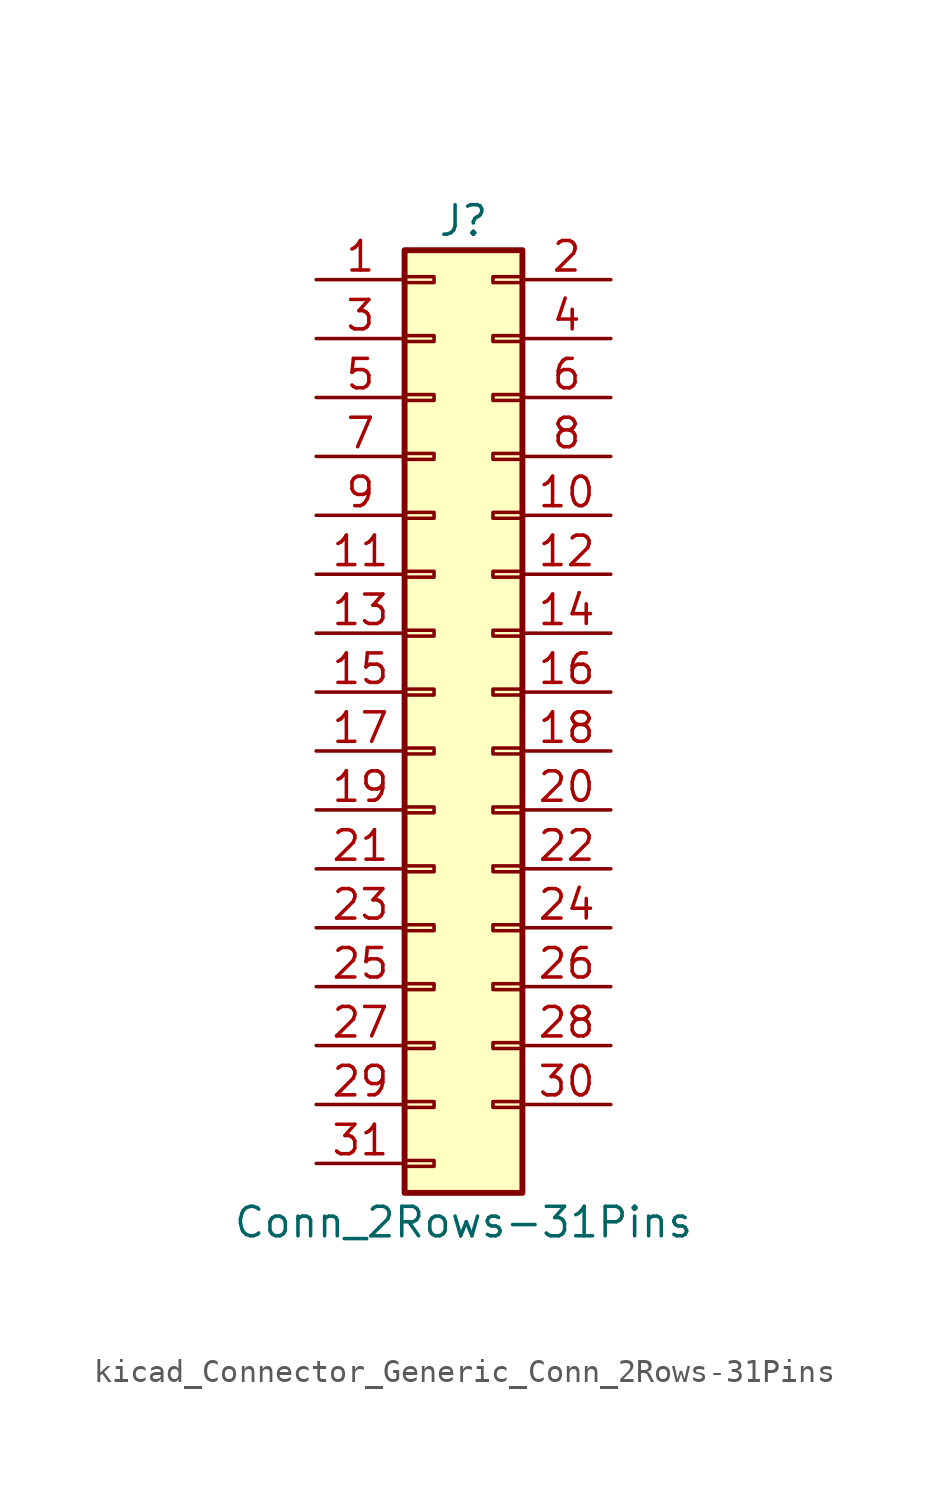
<source format=kicad_sym>
(kicad_symbol_lib
  (version 20220914)
  (generator kicad_symbol_editor)
  (symbol "kicad_Connector_Generic_Conn_2Rows-31Pins"
    (pin_names
      (offset 1.016) hide)
    (property "Reference" "J"
      (at 1.27 20.32 0)
      (effects (font (size 1.27 1.27))))
    (property "Value" "Conn_2Rows-31Pins"
      (at 1.27 -22.86 0)
      (effects (font (size 1.27 1.27))))
    (symbol "kicad_Connector_Generic_Conn_2Rows-31Pins_1_1"
      (rectangle (start -1.27 -20.193) (end 0 -20.447) (stroke (width 0.152) (type default)) (fill (type none)))
      (rectangle (start -1.27 -17.653) (end 0 -17.907) (stroke (width 0.152) (type default)) (fill (type none)))
      (rectangle (start -1.27 -15.113) (end 0 -15.367) (stroke (width 0.152) (type default)) (fill (type none)))
      (rectangle (start -1.27 -12.573) (end 0 -12.827) (stroke (width 0.152) (type default)) (fill (type none)))
      (rectangle (start -1.27 -10.033) (end 0 -10.287) (stroke (width 0.152) (type default)) (fill (type none)))
      (rectangle (start -1.27 -7.493) (end 0 -7.747) (stroke (width 0.152) (type default)) (fill (type none)))
      (rectangle (start -1.27 -4.953) (end 0 -5.207) (stroke (width 0.152) (type default)) (fill (type none)))
      (rectangle (start -1.27 -2.413) (end 0 -2.667) (stroke (width 0.152) (type default)) (fill (type none)))
      (rectangle (start -1.27 0.127) (end 0 -0.127) (stroke (width 0.152) (type default)) (fill (type none)))
      (rectangle (start -1.27 2.667) (end 0 2.413) (stroke (width 0.152) (type default)) (fill (type none)))
      (rectangle (start -1.27 5.207) (end 0 4.953) (stroke (width 0.152) (type default)) (fill (type none)))
      (rectangle (start -1.27 7.747) (end 0 7.493) (stroke (width 0.152) (type default)) (fill (type none)))
      (rectangle (start -1.27 10.287) (end 0 10.033) (stroke (width 0.152) (type default)) (fill (type none)))
      (rectangle (start -1.27 12.827) (end 0 12.573) (stroke (width 0.152) (type default)) (fill (type none)))
      (rectangle (start -1.27 15.367) (end 0 15.113) (stroke (width 0.152) (type default)) (fill (type none)))
      (rectangle (start -1.27 17.907) (end 0 17.653) (stroke (width 0.152) (type default)) (fill (type none)))
      (rectangle (start -1.27 19.05) (end 3.81 -21.59) (stroke (width 0.254) (type default)) (fill (type background)))
      (rectangle (start 3.81 -17.653) (end 2.54 -17.907) (stroke (width 0.152) (type default)) (fill (type none)))
      (rectangle (start 3.81 -15.113) (end 2.54 -15.367) (stroke (width 0.152) (type default)) (fill (type none)))
      (rectangle (start 3.81 -12.573) (end 2.54 -12.827) (stroke (width 0.152) (type default)) (fill (type none)))
      (rectangle (start 3.81 -10.033) (end 2.54 -10.287) (stroke (width 0.152) (type default)) (fill (type none)))
      (rectangle (start 3.81 -7.493) (end 2.54 -7.747) (stroke (width 0.152) (type default)) (fill (type none)))
      (rectangle (start 3.81 -4.953) (end 2.54 -5.207) (stroke (width 0.152) (type default)) (fill (type none)))
      (rectangle (start 3.81 -2.413) (end 2.54 -2.667) (stroke (width 0.152) (type default)) (fill (type none)))
      (rectangle (start 3.81 0.127) (end 2.54 -0.127) (stroke (width 0.152) (type default)) (fill (type none)))
      (rectangle (start 3.81 2.667) (end 2.54 2.413) (stroke (width 0.152) (type default)) (fill (type none)))
      (rectangle (start 3.81 5.207) (end 2.54 4.953) (stroke (width 0.152) (type default)) (fill (type none)))
      (rectangle (start 3.81 7.747) (end 2.54 7.493) (stroke (width 0.152) (type default)) (fill (type none)))
      (rectangle (start 3.81 10.287) (end 2.54 10.033) (stroke (width 0.152) (type default)) (fill (type none)))
      (rectangle (start 3.81 12.827) (end 2.54 12.573) (stroke (width 0.152) (type default)) (fill (type none)))
      (rectangle (start 3.81 15.367) (end 2.54 15.113) (stroke (width 0.152) (type default)) (fill (type none)))
      (rectangle (start 3.81 17.907) (end 2.54 17.653) (stroke (width 0.152) (type default)) (fill (type none)))
      (pin passive line (at -5.08 17.78 0) (length 3.81) (name "Pin_1" (effects (font (size 1.27 1.27)))) (number "1" (effects (font (size 1.27 1.27)))))
      (pin passive line (at 7.62 7.62 180) (length 3.81) (name "Pin_10" (effects (font (size 1.27 1.27)))) (number "10" (effects (font (size 1.27 1.27)))))
      (pin passive line (at -5.08 5.08 0) (length 3.81) (name "Pin_11" (effects (font (size 1.27 1.27)))) (number "11" (effects (font (size 1.27 1.27)))))
      (pin passive line (at 7.62 5.08 180) (length 3.81) (name "Pin_12" (effects (font (size 1.27 1.27)))) (number "12" (effects (font (size 1.27 1.27)))))
      (pin passive line (at -5.08 2.54 0) (length 3.81) (name "Pin_13" (effects (font (size 1.27 1.27)))) (number "13" (effects (font (size 1.27 1.27)))))
      (pin passive line (at 7.62 2.54 180) (length 3.81) (name "Pin_14" (effects (font (size 1.27 1.27)))) (number "14" (effects (font (size 1.27 1.27)))))
      (pin passive line (at -5.08 0 0) (length 3.81) (name "Pin_15" (effects (font (size 1.27 1.27)))) (number "15" (effects (font (size 1.27 1.27)))))
      (pin passive line (at 7.62 0 180) (length 3.81) (name "Pin_16" (effects (font (size 1.27 1.27)))) (number "16" (effects (font (size 1.27 1.27)))))
      (pin passive line (at -5.08 -2.54 0) (length 3.81) (name "Pin_17" (effects (font (size 1.27 1.27)))) (number "17" (effects (font (size 1.27 1.27)))))
      (pin passive line (at 7.62 -2.54 180) (length 3.81) (name "Pin_18" (effects (font (size 1.27 1.27)))) (number "18" (effects (font (size 1.27 1.27)))))
      (pin passive line (at -5.08 -5.08 0) (length 3.81) (name "Pin_19" (effects (font (size 1.27 1.27)))) (number "19" (effects (font (size 1.27 1.27)))))
      (pin passive line (at 7.62 17.78 180) (length 3.81) (name "Pin_2" (effects (font (size 1.27 1.27)))) (number "2" (effects (font (size 1.27 1.27)))))
      (pin passive line (at 7.62 -5.08 180) (length 3.81) (name "Pin_20" (effects (font (size 1.27 1.27)))) (number "20" (effects (font (size 1.27 1.27)))))
      (pin passive line (at -5.08 -7.62 0) (length 3.81) (name "Pin_21" (effects (font (size 1.27 1.27)))) (number "21" (effects (font (size 1.27 1.27)))))
      (pin passive line (at 7.62 -7.62 180) (length 3.81) (name "Pin_22" (effects (font (size 1.27 1.27)))) (number "22" (effects (font (size 1.27 1.27)))))
      (pin passive line (at -5.08 -10.16 0) (length 3.81) (name "Pin_23" (effects (font (size 1.27 1.27)))) (number "23" (effects (font (size 1.27 1.27)))))
      (pin passive line (at 7.62 -10.16 180) (length 3.81) (name "Pin_24" (effects (font (size 1.27 1.27)))) (number "24" (effects (font (size 1.27 1.27)))))
      (pin passive line (at -5.08 -12.7 0) (length 3.81) (name "Pin_25" (effects (font (size 1.27 1.27)))) (number "25" (effects (font (size 1.27 1.27)))))
      (pin passive line (at 7.62 -12.7 180) (length 3.81) (name "Pin_26" (effects (font (size 1.27 1.27)))) (number "26" (effects (font (size 1.27 1.27)))))
      (pin passive line (at -5.08 -15.24 0) (length 3.81) (name "Pin_27" (effects (font (size 1.27 1.27)))) (number "27" (effects (font (size 1.27 1.27)))))
      (pin passive line (at 7.62 -15.24 180) (length 3.81) (name "Pin_28" (effects (font (size 1.27 1.27)))) (number "28" (effects (font (size 1.27 1.27)))))
      (pin passive line (at -5.08 -17.78 0) (length 3.81) (name "Pin_29" (effects (font (size 1.27 1.27)))) (number "29" (effects (font (size 1.27 1.27)))))
      (pin passive line (at -5.08 15.24 0) (length 3.81) (name "Pin_3" (effects (font (size 1.27 1.27)))) (number "3" (effects (font (size 1.27 1.27)))))
      (pin passive line (at 7.62 -17.78 180) (length 3.81) (name "Pin_30" (effects (font (size 1.27 1.27)))) (number "30" (effects (font (size 1.27 1.27)))))
      (pin passive line (at -5.08 -20.32 0) (length 3.81) (name "Pin_31" (effects (font (size 1.27 1.27)))) (number "31" (effects (font (size 1.27 1.27)))))
      (pin passive line (at 7.62 15.24 180) (length 3.81) (name "Pin_4" (effects (font (size 1.27 1.27)))) (number "4" (effects (font (size 1.27 1.27)))))
      (pin passive line (at -5.08 12.7 0) (length 3.81) (name "Pin_5" (effects (font (size 1.27 1.27)))) (number "5" (effects (font (size 1.27 1.27)))))
      (pin passive line (at 7.62 12.7 180) (length 3.81) (name "Pin_6" (effects (font (size 1.27 1.27)))) (number "6" (effects (font (size 1.27 1.27)))))
      (pin passive line (at -5.08 10.16 0) (length 3.81) (name "Pin_7" (effects (font (size 1.27 1.27)))) (number "7" (effects (font (size 1.27 1.27)))))
      (pin passive line (at 7.62 10.16 180) (length 3.81) (name "Pin_8" (effects (font (size 1.27 1.27)))) (number "8" (effects (font (size 1.27 1.27)))))
      (pin passive line (at -5.08 7.62 0) (length 3.81) (name "Pin_9" (effects (font (size 1.27 1.27)))) (number "9" (effects (font (size 1.27 1.27))))))))
</source>
